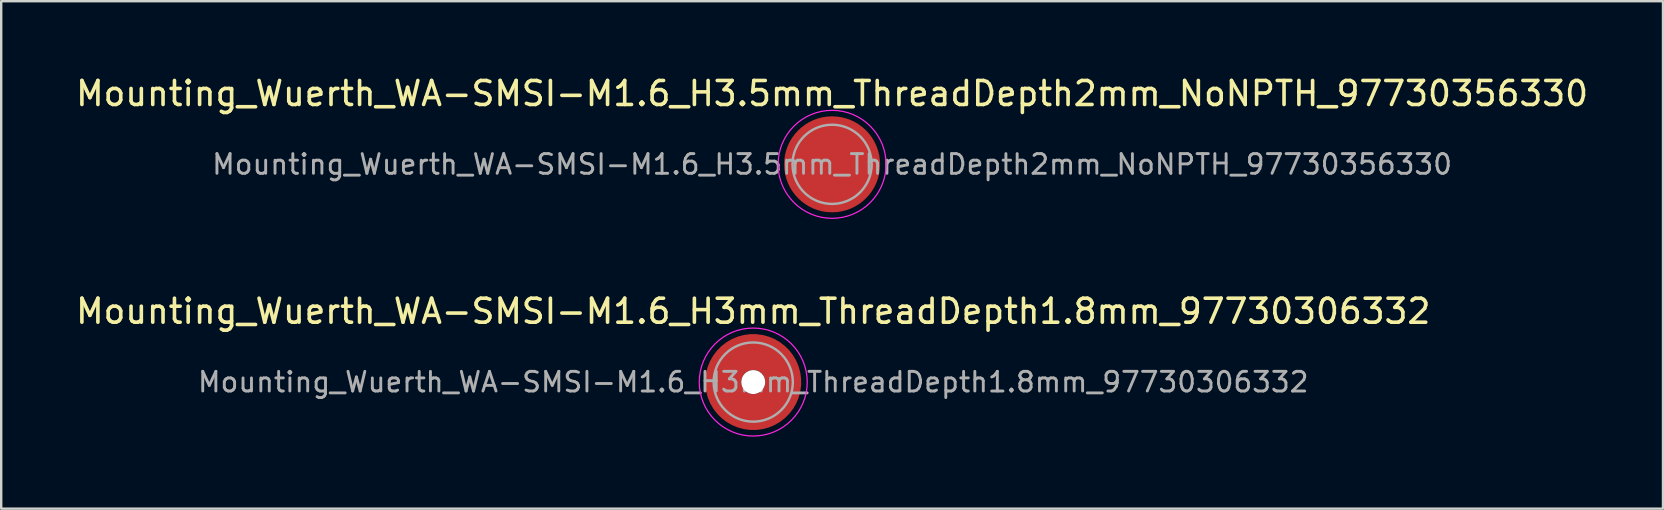
<source format=kicad_pcb>
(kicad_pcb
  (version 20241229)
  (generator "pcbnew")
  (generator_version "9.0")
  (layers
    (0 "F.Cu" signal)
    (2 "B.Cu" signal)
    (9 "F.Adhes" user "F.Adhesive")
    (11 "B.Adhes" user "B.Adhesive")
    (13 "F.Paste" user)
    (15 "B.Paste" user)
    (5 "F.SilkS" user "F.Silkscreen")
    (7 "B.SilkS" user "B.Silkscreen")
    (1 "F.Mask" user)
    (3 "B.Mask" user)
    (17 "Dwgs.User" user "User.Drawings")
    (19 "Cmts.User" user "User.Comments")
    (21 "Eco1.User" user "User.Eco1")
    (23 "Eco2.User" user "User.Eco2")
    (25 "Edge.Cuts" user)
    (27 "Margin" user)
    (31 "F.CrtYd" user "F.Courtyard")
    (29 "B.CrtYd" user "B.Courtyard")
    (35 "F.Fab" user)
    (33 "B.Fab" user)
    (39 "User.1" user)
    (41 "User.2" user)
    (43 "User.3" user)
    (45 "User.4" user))
  (footprint "Mounting_Wuerth_WA-SMSI-M1.6_H3.5mm_ThreadDepth2mm_NoNPTH_97730356330"
    (layer "F.Cu")
    (at 31.625 3.798)
    (property "Reference" "Mounting_Wuerth_WA-SMSI-M1.6_H3.5mm_ThreadDepth2mm_NoNPTH_97730356330" (at 0 -2.95 0) (layer "F.SilkS") (effects (font (size 1 1) (thickness 0.15))))
    (property "Mouser Part no." "" (at 0 0 0) (layer "F.Fab") (effects (font (size 1.27 1.27) (thickness 0.15))))
    (property "Mouser link" "" (at 0 0 0) (layer "F.Fab") (effects (font (size 1.27 1.27) (thickness 0.15))))
    (attr smd)
    (fp_circle (center 0 0) (end 2.25 0) (stroke (width 0.05) (type solid)) (fill no) (layer "F.CrtYd"))
    (fp_circle (center 0 0) (end 1.65 0) (stroke (width 0.1) (type solid)) (fill no) (layer "F.Fab"))
    (fp_text user "${REFERENCE}" (at 0 0 0) (layer "F.Fab") (effects (font (size 0.82 0.82) (thickness 0.12))))
    (pad "" smd custom (at -0.778 -0.778) (size 1.2 1.2) (layers "F.Paste") (options (anchor circle)) (primitives (gr_arc (start 0.465568 0.527817) (mid 0.494887 0.495062) (end 0.527624 0.465723) (width 0.2)) (gr_arc (start 0.344805 0.527817) (mid 0.424264 0.424264) (end 0.527818 0.344805) (width 0.2)) (gr_arc (start 0.232382 0.527817) (mid 0.353364 0.353743) (end 0.527329 0.232606) (width 0.2)) (gr_arc (start 0.123983 0.527817) (mid 0.282626 0.28306) (end 0.527243 0.124203) (width 0.2)) (gr_arc (start 0.017883 0.527817) (mid 0.211737 0.212527) (end 0.526755 0.018233) (width 0.2)) (gr_arc (start -0.086763 0.527817) (mid 0.141173 0.14167) (end 0.527142 -0.086568) (width 0.2)) (gr_arc (start -0.190428 0.527817) (mid 0.070433 0.070988) (end 0.527057 -0.190232) (width 0.2)) (gr_arc (start -0.293397 0.527817) (mid -0.000182 0.000182) (end 0.527315 -0.29328) (width 0.2)) (gr_arc (start -0.395852 0.527817) (mid -0.071085 -0.070336) (end 0.526781 -0.395631) (width 0.2)) (gr_arc (start -0.497918 0.527817) (mid -0.141622 -0.141221) (end 0.52726 -0.497809) (width 0.2)) (gr_arc (start -0.59968 0.527817) (mid -0.212364 -0.2119) (end 0.527171 -0.599563) (width 0.2)) (gr_arc (start -0.701202 0.527817) (mid -0.282952 -0.282733) (end 0.527511 -0.70115) (width 0.2)) (gr_arc (start -0.802531 0.527817) (mid -0.353765 -0.353343) (end 0.527227 -0.802438) (width 0.2)) (gr_arc (start -0.9037 0.527817) (mid -0.425176 -0.423352) (end 0.525265 -0.903319) (width 0.2)) (gr_arc (start -1.004737 0.527817) (mid -0.49534 -0.49461) (end 0.526794 -1.004593) (width 0.2)) (gr_line (start 0.528 0.466) (end 0.528 -1.005) (width 0.2)) (gr_line (start 0.466 0.528) (end -1.005 0.528) (width 0.2))))
    (pad "" smd custom (at -0.778 0.778) (size 1.2 1.2) (layers "F.Paste") (options (anchor circle)) (primitives (gr_arc (start 0.527817 -0.465568) (mid 0.495062 -0.494887) (end 0.465723 -0.527624) (width 0.2)) (gr_arc (start 0.527817 -0.344805) (mid 0.424264 -0.424264) (end 0.344805 -0.527818) (width 0.2)) (gr_arc (start 0.527817 -0.232382) (mid 0.353743 -0.353364) (end 0.232606 -0.527329) (width 0.2)) (gr_arc (start 0.527817 -0.123983) (mid 0.28306 -0.282626) (end 0.124203 -0.527243) (width 0.2)) (gr_arc (start 0.527817 -0.017883) (mid 0.212527 -0.211737) (end 0.018233 -0.526755) (width 0.2)) (gr_arc (start 0.527817 0.086763) (mid 0.14167 -0.141173) (end -0.086568 -0.527142) (width 0.2)) (gr_arc (start 0.527817 0.190428) (mid 0.070988 -0.070433) (end -0.190232 -0.527057) (width 0.2)) (gr_arc (start 0.527817 0.293397) (mid 0.000182 0.000182) (end -0.29328 -0.527315) (width 0.2)) (gr_arc (start 0.527817 0.395852) (mid -0.070336 0.071085) (end -0.395631 -0.526781) (width 0.2)) (gr_arc (start 0.527817 0.497918) (mid -0.141221 0.141622) (end -0.497809 -0.52726) (width 0.2)) (gr_arc (start 0.527817 0.59968) (mid -0.2119 0.212364) (end -0.599563 -0.527171) (width 0.2)) (gr_arc (start 0.527817 0.701202) (mid -0.282733 0.282952) (end -0.70115 -0.527511) (width 0.2)) (gr_arc (start 0.527817 0.802531) (mid -0.353343 0.353765) (end -0.802438 -0.527227) (width 0.2)) (gr_arc (start 0.527817 0.9037) (mid -0.423352 0.425176) (end -0.903319 -0.525265) (width 0.2)) (gr_arc (start 0.527817 1.004737) (mid -0.49461 0.49534) (end -1.004593 -0.526794) (width 0.2)) (gr_line (start 0.466 -0.528) (end -1.005 -0.528) (width 0.2)) (gr_line (start 0.528 -0.466) (end 0.528 1.005) (width 0.2))))
    (pad "" smd custom (at 0.778 -0.778) (size 1.2 1.2) (layers "F.Paste") (options (anchor circle)) (primitives (gr_arc (start -0.527817 0.465568) (mid -0.495062 0.494887) (end -0.465723 0.527624) (width 0.2)) (gr_arc (start -0.527817 0.344805) (mid -0.424264 0.424264) (end -0.344805 0.527818) (width 0.2)) (gr_arc (start -0.527817 0.232382) (mid -0.353743 0.353364) (end -0.232606 0.527329) (width 0.2)) (gr_arc (start -0.527817 0.123983) (mid -0.28306 0.282626) (end -0.124203 0.527243) (width 0.2)) (gr_arc (start -0.527817 0.017883) (mid -0.212527 0.211737) (end -0.018233 0.526755) (width 0.2)) (gr_arc (start -0.527817 -0.086763) (mid -0.14167 0.141173) (end 0.086568 0.527142) (width 0.2)) (gr_arc (start -0.527817 -0.190428) (mid -0.070988 0.070433) (end 0.190232 0.527057) (width 0.2)) (gr_arc (start -0.527817 -0.293397) (mid -0.000182 -0.000182) (end 0.29328 0.527315) (width 0.2)) (gr_arc (start -0.527817 -0.395852) (mid 0.070336 -0.071085) (end 0.395631 0.526781) (width 0.2)) (gr_arc (start -0.527817 -0.497918) (mid 0.141221 -0.141622) (end 0.497809 0.52726) (width 0.2)) (gr_arc (start -0.527817 -0.59968) (mid 0.2119 -0.212364) (end 0.599563 0.527171) (width 0.2)) (gr_arc (start -0.527817 -0.701202) (mid 0.282733 -0.282952) (end 0.70115 0.527511) (width 0.2)) (gr_arc (start -0.527817 -0.802531) (mid 0.353343 -0.353765) (end 0.802438 0.527227) (width 0.2)) (gr_arc (start -0.527817 -0.9037) (mid 0.423352 -0.425176) (end 0.903319 0.525265) (width 0.2)) (gr_arc (start -0.527817 -1.004737) (mid 0.49461 -0.49534) (end 1.004593 0.526794) (width 0.2)) (gr_line (start -0.466 0.528) (end 1.005 0.528) (width 0.2)) (gr_line (start -0.528 0.466) (end -0.528 -1.005) (width 0.2))))
    (pad "" smd custom (at 0.778 0.778) (size 1.2 1.2) (layers "F.Paste") (options (anchor circle)) (primitives (gr_arc (start -0.465568 -0.527817) (mid -0.494887 -0.495062) (end -0.527624 -0.465723) (width 0.2)) (gr_arc (start -0.344805 -0.527817) (mid -0.424264 -0.424264) (end -0.527818 -0.344805) (width 0.2)) (gr_arc (start -0.232382 -0.527817) (mid -0.353364 -0.353743) (end -0.527329 -0.232606) (width 0.2)) (gr_arc (start -0.123983 -0.527817) (mid -0.282626 -0.28306) (end -0.527243 -0.124203) (width 0.2)) (gr_arc (start -0.017883 -0.527817) (mid -0.211737 -0.212527) (end -0.526755 -0.018233) (width 0.2)) (gr_arc (start 0.086763 -0.527817) (mid -0.141173 -0.14167) (end -0.527142 0.086568) (width 0.2)) (gr_arc (start 0.190428 -0.527817) (mid -0.070433 -0.070988) (end -0.527057 0.190232) (width 0.2)) (gr_arc (start 0.293397 -0.527817) (mid 0.000182 -0.000182) (end -0.527315 0.29328) (width 0.2)) (gr_arc (start 0.395852 -0.527817) (mid 0.071085 0.070336) (end -0.526781 0.395631) (width 0.2)) (gr_arc (start 0.497918 -0.527817) (mid 0.141622 0.141221) (end -0.52726 0.497809) (width 0.2)) (gr_arc (start 0.59968 -0.527817) (mid 0.212364 0.2119) (end -0.527171 0.599563) (width 0.2)) (gr_arc (start 0.701202 -0.527817) (mid 0.282952 0.282733) (end -0.527511 0.70115) (width 0.2)) (gr_arc (start 0.802531 -0.527817) (mid 0.353765 0.353343) (end -0.527227 0.802438) (width 0.2)) (gr_arc (start 0.9037 -0.527817) (mid 0.425176 0.423352) (end -0.525265 0.903319) (width 0.2)) (gr_arc (start 1.004737 -0.527817) (mid 0.49534 0.49461) (end -0.526794 1.004593) (width 0.2)) (gr_line (start -0.528 -0.466) (end -0.528 1.005) (width 0.2)) (gr_line (start -0.466 -0.528) (end 1.005 -0.528) (width 0.2))))
    (pad "1" smd circle (at 0 0) (size 4 4) (layers "F.Cu" "F.Mask")))
  (footprint "Mounting_Wuerth_WA-SMSI-M1.6_H3mm_ThreadDepth1.8mm_97730306332"
    (layer "F.Cu")
    (at 28.339 12.871)
    (property "Reference" "Mounting_Wuerth_WA-SMSI-M1.6_H3mm_ThreadDepth1.8mm_97730306332" (at 0 -2.95 0) (layer "F.SilkS") (effects (font (size 1 1) (thickness 0.15))))
    (property "Mouser Part no." "" (at 0 0 0) (layer "F.Fab") (effects (font (size 1.27 1.27) (thickness 0.15))))
    (property "Mouser link" "" (at 0 0 0) (layer "F.Fab") (effects (font (size 1.27 1.27) (thickness 0.15))))
    (attr smd)
    (fp_circle (center 0 0) (end 2.25 0) (stroke (width 0.05) (type solid)) (fill no) (layer "F.CrtYd"))
    (fp_circle (center 0 0) (end 1.65 0) (stroke (width 0.1) (type solid)) (fill no) (layer "F.Fab"))
    (fp_text user "${REFERENCE}" (at 0 0 0) (layer "F.Fab") (effects (font (size 0.82 0.82) (thickness 0.12))))
    (pad "" smd custom (at 0 -1.25) (size 0.9 0.9) (layers "F.Paste") (options (anchor circle)) (primitives (gr_arc (start -0.259808 0.6) (mid -0.00045 0.55) (end 0.258972 0.599667) (width 0.2)) (gr_arc (start -0.466369 0.6) (mid -0.000127 0.45) (end 0.466163 0.599852) (width 0.2)) (gr_arc (start -0.622495 0.6) (mid -0.000185 0.35) (end 0.622228 0.599745) (width 0.2)) (gr_arc (start -0.759934 0.6) (mid -0.000146 0.25) (end 0.759744 0.599777) (width 0.2)) (gr_arc (start -0.887412 0.6) (mid -0.000546 0.15) (end 0.886766 0.599119) (width 0.2)) (gr_arc (start -1.008712 0.6) (mid -0.000059 0.05) (end 1.008648 0.5999) (width 0.2)) (gr_arc (start -1.125833 0.6) (mid -0.001134 -0.049999) (end 1.124697 0.598036) (width 0.2)) (gr_arc (start -1.23996 0.6) (mid -0.00088 -0.15) (end 1.239142 0.598442) (width 0.2)) (gr_arc (start -1.351851 0.6) (mid -0.000542 -0.25) (end 1.351381 0.599023) (width 0.2)) (gr_arc (start -1.462019 0.6) (mid -0.000852 -0.35) (end 1.461326 0.598443) (width 0.2)) (gr_arc (start -1.570828 0.6) (mid -0.000608 -0.45) (end 1.570363 0.598876) (width 0.2)) (gr_arc (start -1.678541 0.6) (mid -0.000991 -0.55) (end 1.677824 0.598152) (width 0.2)) (gr_line (start 0.26 0.6) (end 1.679 0.6) (width 0.2)) (gr_line (start -0.26 0.6) (end -1.679 0.6) (width 0.2))))
    (pad "" np_thru_hole circle (at 0 0) (size 1 1) (drill 1) (layers "*.Cu" "*.Mask"))
    (pad "" smd custom (at 0 1.25) (size 0.9 0.9) (layers "F.Paste") (options (anchor circle)) (primitives (gr_arc (start 0.259808 -0.6) (mid 0.00045 -0.55) (end -0.258972 -0.599667) (width 0.2)) (gr_arc (start 0.466369 -0.6) (mid 0.000127 -0.45) (end -0.466163 -0.599852) (width 0.2)) (gr_arc (start 0.622495 -0.6) (mid 0.000185 -0.35) (end -0.622228 -0.599745) (width 0.2)) (gr_arc (start 0.759934 -0.6) (mid 0.000146 -0.25) (end -0.759744 -0.599777) (width 0.2)) (gr_arc (start 0.887412 -0.6) (mid 0.000546 -0.15) (end -0.886766 -0.599119) (width 0.2)) (gr_arc (start 1.008712 -0.6) (mid 0.000059 -0.05) (end -1.008648 -0.5999) (width 0.2)) (gr_arc (start 1.125833 -0.6) (mid 0.001134 0.049999) (end -1.124697 -0.598036) (width 0.2)) (gr_arc (start 1.23996 -0.6) (mid 0.00088 0.15) (end -1.239142 -0.598442) (width 0.2)) (gr_arc (start 1.351851 -0.6) (mid 0.000542 0.25) (end -1.351381 -0.599023) (width 0.2)) (gr_arc (start 1.462019 -0.6) (mid 0.000852 0.35) (end -1.461326 -0.598443) (width 0.2)) (gr_arc (start 1.570828 -0.6) (mid 0.000608 0.45) (end -1.570363 -0.598876) (width 0.2)) (gr_arc (start 1.678541 -0.6) (mid 0.000991 0.55) (end -1.677824 -0.598152) (width 0.2)) (gr_line (start -0.26 -0.6) (end -1.679 -0.6) (width 0.2)) (gr_line (start 0.26 -0.6) (end 1.679 -0.6) (width 0.2))))
    (pad "1" smd circle (at -1.25 0) (size 1.1 1.1) (layers "F.Cu"))
    (pad "1" smd circle (at 0 -1.25) (size 1.1 1.1) (layers "F.Cu"))
    (pad "1" smd circle (at 0 1.25) (size 1.1 1.1) (layers "F.Cu"))
    (pad "1" smd custom (at 1.25 0) (size 1.1 1.1) (layers "F.Cu" "F.Mask") (options (anchor circle)) (primitives (gr_circle (center -1.25 0) (end 0 0) (width 1.5) (fill no)))))
  (gr_rect
    (start -3 -3)
    (end 66.25 18.146)
    (stroke (width 0.1) (type default))
    (fill no)
    (layer "Edge.Cuts")))
</source>
